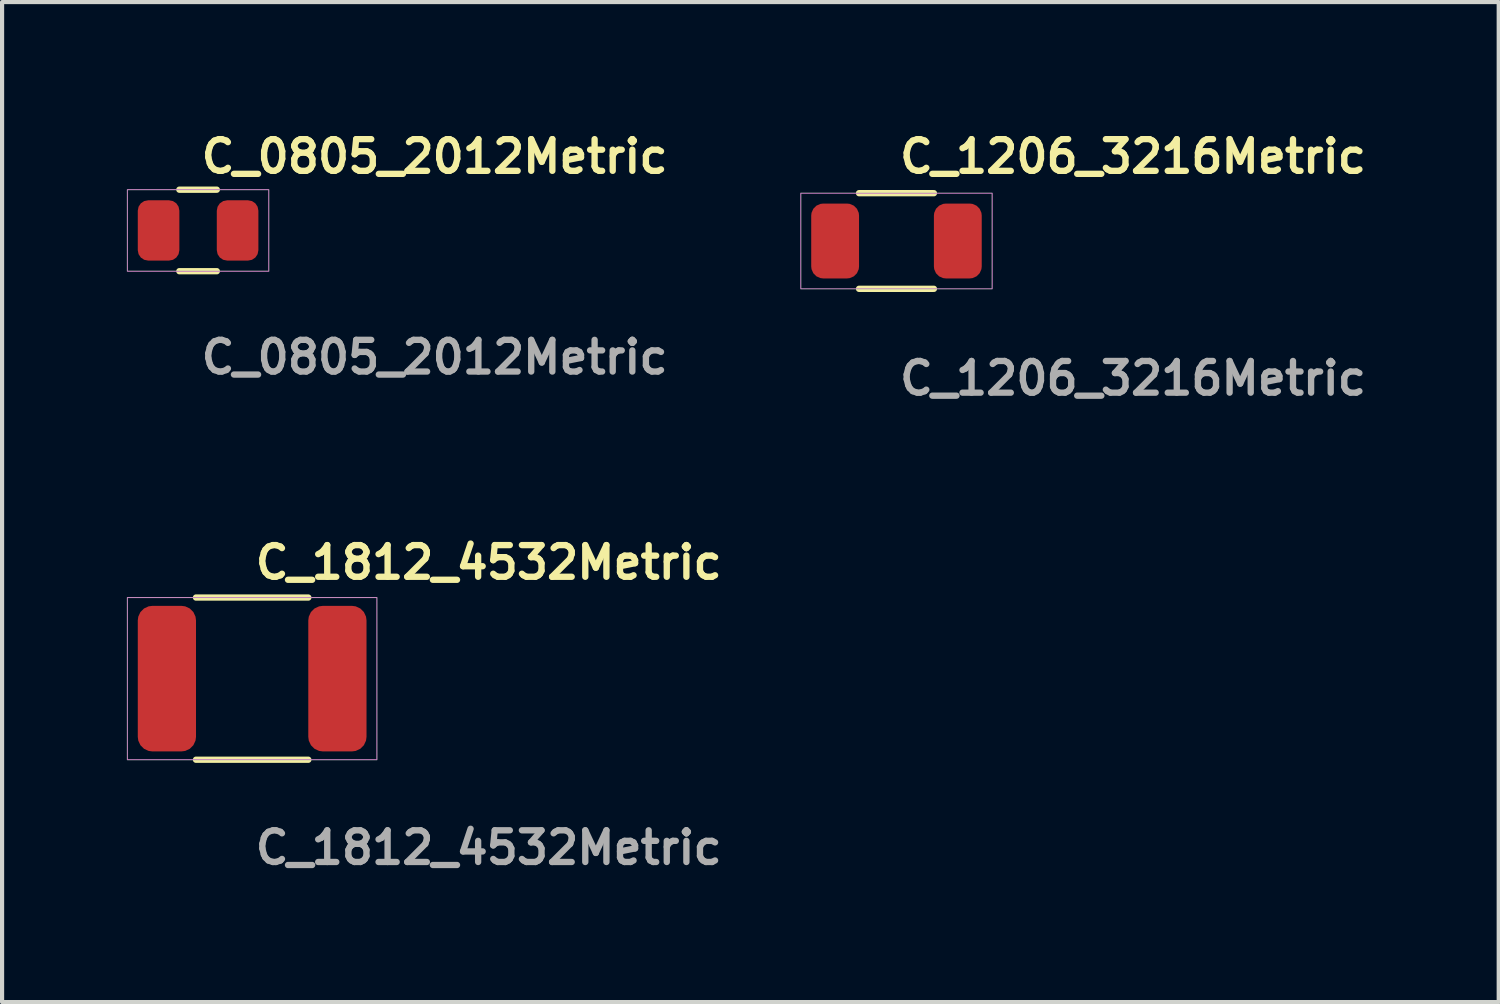
<source format=kicad_pcb>
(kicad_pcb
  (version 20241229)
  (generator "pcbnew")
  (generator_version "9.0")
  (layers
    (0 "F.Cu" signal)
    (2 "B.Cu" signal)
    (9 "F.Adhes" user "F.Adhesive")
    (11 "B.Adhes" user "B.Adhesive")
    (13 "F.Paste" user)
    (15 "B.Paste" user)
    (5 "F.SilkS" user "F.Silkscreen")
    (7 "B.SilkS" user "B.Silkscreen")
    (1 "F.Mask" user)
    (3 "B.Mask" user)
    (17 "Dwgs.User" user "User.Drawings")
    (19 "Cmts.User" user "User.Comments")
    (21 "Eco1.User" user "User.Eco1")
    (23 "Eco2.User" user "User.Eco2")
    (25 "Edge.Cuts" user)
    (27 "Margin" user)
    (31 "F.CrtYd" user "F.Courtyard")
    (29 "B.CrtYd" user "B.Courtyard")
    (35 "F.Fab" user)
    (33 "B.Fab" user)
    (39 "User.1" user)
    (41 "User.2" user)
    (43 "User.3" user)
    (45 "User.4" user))
  (footprint "C_1812_4532Metric"
    (layer "F.Cu")
    (at 3.013 13.268)
    (property "Reference" "C_1812_4532Metric" (at 0 -2.794 0) (unlocked yes) (layer "F.SilkS") (effects (font (size 0.762 0.762) (thickness 0.152)) (justify left)))
    (fp_line (start 1.35 -1.95) (end -1.35 -1.95) (stroke (width 0.152) (type solid)) (layer "F.SilkS"))
    (fp_line (start 1.35 1.95) (end -1.35 1.95) (stroke (width 0.152) (type solid)) (layer "F.SilkS"))
    (fp_rect (start -3 -1.95) (end 3 1.95) (stroke (width 0.006) (type solid)) (fill no) (layer "F.CrtYd"))
    (fp_rect (start -3 -1.95) (end 3 1.95) (stroke (width 0.025) (type default)) (fill no) (layer "F.Fab"))
    (fp_text user "${REFERENCE}" (at 0 4.064 0) (unlocked yes) (layer "F.Fab") (effects (font (size 0.762 0.762) (thickness 0.152)) (justify left)))
    (pad "1" smd roundrect (at -2.05 0) (size 1.4 3.5) (layers "F.Cu" "F.Mask" "F.Paste") (roundrect_rratio 0.25))
    (pad "2" smd roundrect (at 2.05 0) (size 1.4 3.5) (layers "F.Cu" "F.Mask" "F.Paste") (roundrect_rratio 0.25)))
  (footprint "C_1206_3216Metric"
    (layer "F.Cu")
    (at 18.506 2.745)
    (property "Reference" "C_1206_3216Metric" (at 0 -2.032 0) (unlocked yes) (layer "F.SilkS") (effects (font (size 0.762 0.762) (thickness 0.152)) (justify left)))
    (fp_line (start 0.9 -1.15) (end -0.9 -1.15) (stroke (width 0.152) (type solid)) (layer "F.SilkS"))
    (fp_line (start 0.9 1.15) (end -0.9 1.15) (stroke (width 0.152) (type solid)) (layer "F.SilkS"))
    (fp_rect (start -2.3 -1.15) (end 2.3 1.15) (stroke (width 0.006) (type solid)) (fill no) (layer "F.CrtYd"))
    (fp_rect (start -2.3 -1.15) (end 2.3 1.15) (stroke (width 0.025) (type default)) (fill no) (layer "F.Fab"))
    (fp_text user "${REFERENCE}" (at 0 3.302 0) (unlocked yes) (layer "F.Fab") (effects (font (size 0.762 0.762) (thickness 0.152)) (justify left)))
    (pad "1" smd roundrect (at -1.475 0) (size 1.15 1.8) (layers "F.Cu" "F.Mask" "F.Paste") (roundrect_rratio 0.25))
    (pad "2" smd roundrect (at 1.475 0) (size 1.15 1.8) (layers "F.Cu" "F.Mask" "F.Paste") (roundrect_rratio 0.25)))
  (footprint "C_0805_2012Metric"
    (layer "F.Cu")
    (at 1.713 2.491)
    (property "Reference" "C_0805_2012Metric" (at 0 -1.778 0) (unlocked yes) (layer "F.SilkS") (effects (font (size 0.762 0.762) (thickness 0.152)) (justify left)))
    (fp_line (start 0.45 -0.98) (end -0.45 -0.98) (stroke (width 0.152) (type solid)) (layer "F.SilkS"))
    (fp_line (start 0.45 0.98) (end -0.45 0.98) (stroke (width 0.152) (type solid)) (layer "F.SilkS"))
    (fp_rect (start -1.7 -0.98) (end 1.7 0.98) (stroke (width 0.006) (type solid)) (fill no) (layer "F.CrtYd"))
    (fp_rect (start -1.7 -0.98) (end 1.7 0.98) (stroke (width 0.025) (type default)) (fill no) (layer "F.Fab"))
    (fp_text user "${REFERENCE}" (at 0 3.048 0) (unlocked yes) (layer "F.Fab") (effects (font (size 0.762 0.762) (thickness 0.152)) (justify left)))
    (pad "1" smd roundrect (at -0.95 0) (size 1 1.45) (layers "F.Cu" "F.Mask" "F.Paste") (roundrect_rratio 0.25))
    (pad "2" smd roundrect (at 0.95 0) (size 1 1.45) (layers "F.Cu" "F.Mask" "F.Paste") (roundrect_rratio 0.25)))
  (gr_rect
    (start -3 -3)
    (end 32.987 21.045)
    (stroke (width 0.1) (type default))
    (fill no)
    (layer "Edge.Cuts")))
</source>
